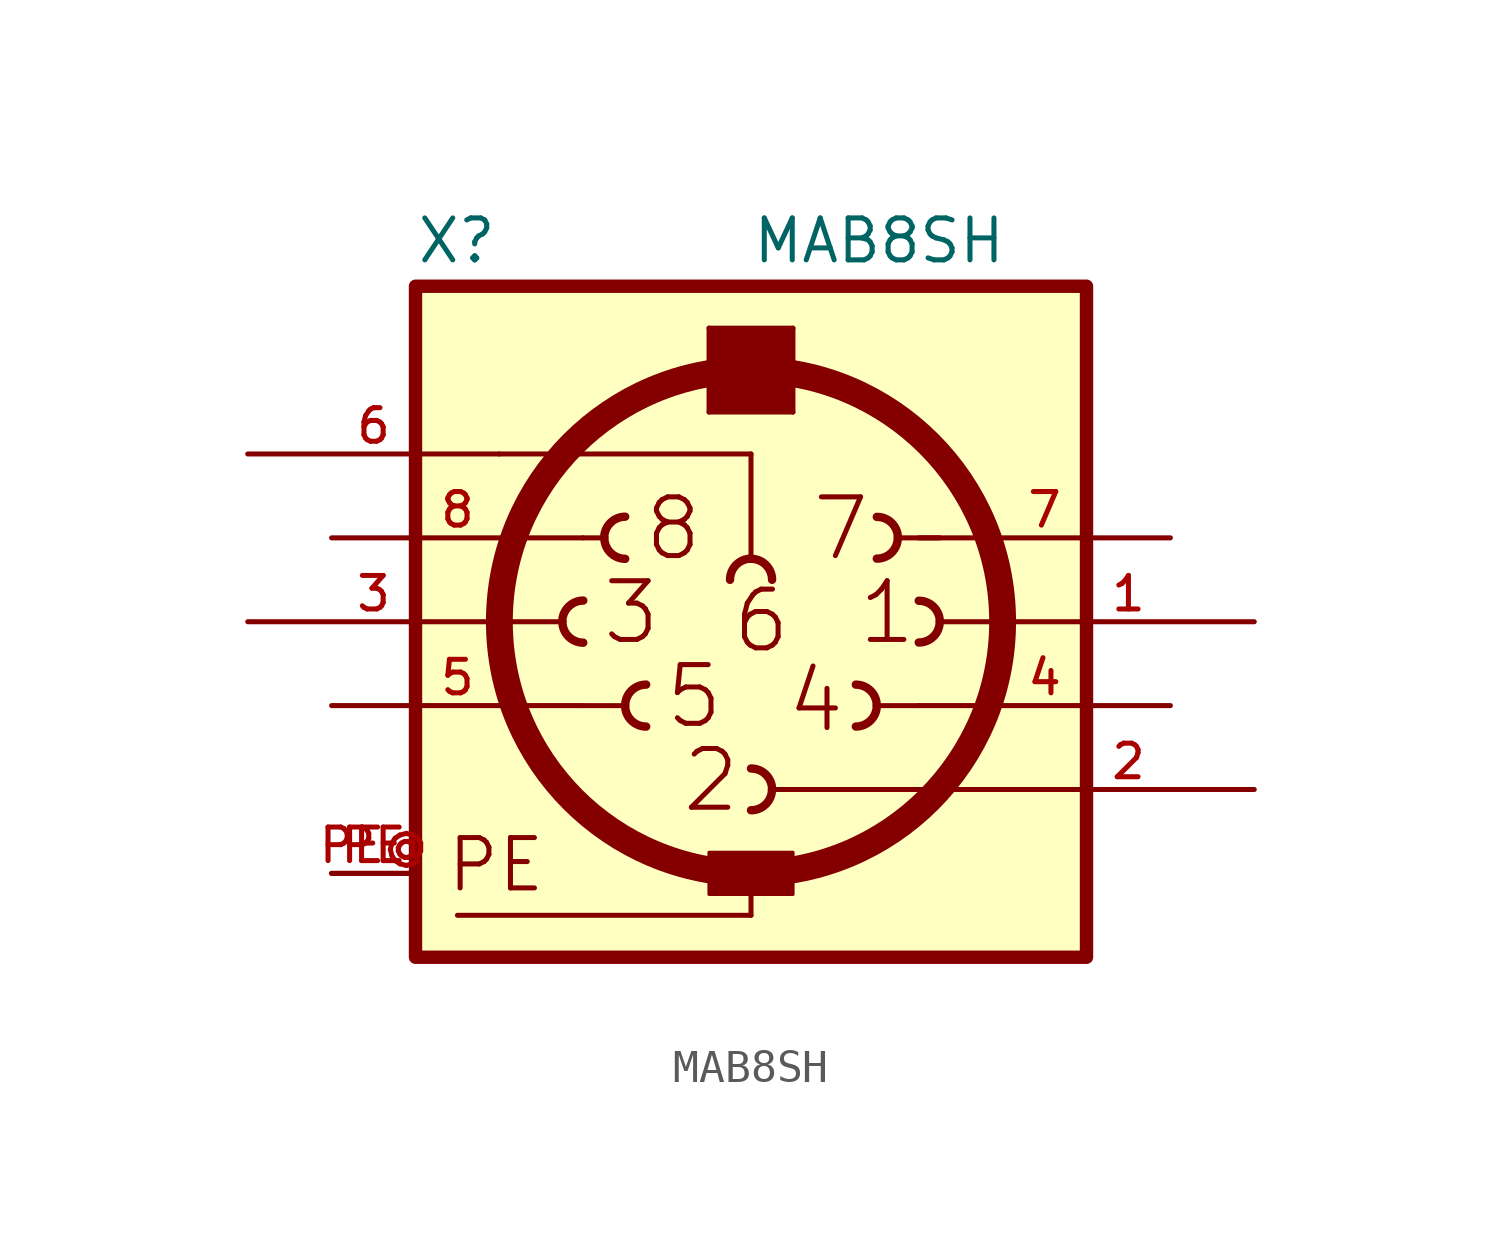
<source format=kicad_sym>
(kicad_symbol_lib
  (version 20211014)
  (generator kicad_symbol_editor)
  (symbol "MAB8SH"
    (pin_names
      (offset 1.016))
    (property "Reference" "X"
      (at -10.16 10.795 0)
      (effects (font (size 1.27 1.27)) (justify bottom left)))
    (property "Value" "MAB8SH"
      (at 0.0 10.795 0)
      (effects (font (size 1.27 1.27)) (justify bottom left)))
    (symbol "MAB8SH_0_0"
      (arc (start -3.81 -2.54) (mid -3.624 -2.989) (end -3.175 -3.175) (stroke (width 0.254) (type default) (color 0 0 0 0)) (fill (type none)))
      (arc (start -3.175 -1.905) (mid -3.624 -2.091) (end -3.81 -2.54) (stroke (width 0.254) (type default) (color 0 0 0 0)) (fill (type none)))
      (arc (start 5.715 0.0) (mid 5.529 0.449) (end 5.08 0.635) (stroke (width 0.254) (type default) (color 0 0 0 0)) (fill (type none)))
      (arc (start 5.08 -0.635) (mid 5.529 -0.449) (end 5.715 0.0) (stroke (width 0.254) (type default) (color 0 0 0 0)) (fill (type none)))
      (arc (start -5.715 0.0) (mid -5.529 -0.449) (end -5.08 -0.635) (stroke (width 0.254) (type default) (color 0 0 0 0)) (fill (type none)))
      (arc (start -5.08 0.635) (mid -5.529 0.449) (end -5.715 0.0) (stroke (width 0.254) (type default) (color 0 0 0 0)) (fill (type none)))
      (arc (start 0.635 -5.08) (mid 0.449 -4.631) (end 0.0 -4.445) (stroke (width 0.254) (type default) (color 0 0 0 0)) (fill (type none)))
      (arc (start 0.0 -5.715) (mid 0.449 -5.529) (end 0.635 -5.08) (stroke (width 0.254) (type default) (color 0 0 0 0)) (fill (type none)))
      (arc (start 3.81 -2.54) (mid 3.624 -2.091) (end 3.175 -1.905) (stroke (width 0.254) (type default) (color 0 0 0 0)) (fill (type none)))
      (arc (start 3.175 -3.175) (mid 3.624 -2.989) (end 3.81 -2.54) (stroke (width 0.254) (type default) (color 0 0 0 0)) (fill (type none)))
      (polyline (pts (xy -1.27 6.35) (xy 1.27 6.35)) (stroke (width 0.152)))
      (polyline (pts (xy -7.62 0.0) (xy -5.715 0.0)) (stroke (width 0.152)))
      (polyline (pts (xy -5.08 -2.54) (xy -3.81 -2.54)) (stroke (width 0.152)))
      (polyline (pts (xy 3.81 -2.54) (xy 5.08 -2.54)) (stroke (width 0.152)))
      (polyline (pts (xy 5.715 0.0) (xy 7.62 0.0)) (stroke (width 0.152)))
      (polyline (pts (xy -1.27 6.35) (xy -1.27 8.89)) (stroke (width 0.152)))
      (polyline (pts (xy -1.27 8.89) (xy 1.27 8.89)) (stroke (width 0.152)))
      (polyline (pts (xy 1.27 8.89) (xy 1.27 6.35)) (stroke (width 0.152)))
      (polyline (pts (xy 0.635 -5.08) (xy 7.62 -5.08)) (stroke (width 0.152)))
      (arc (start 4.445 2.54) (mid 4.259 2.989) (end 3.81 3.175) (stroke (width 0.254) (type default) (color 0 0 0 0)) (fill (type none)))
      (arc (start 3.81 1.905) (mid 4.259 2.091) (end 4.445 2.54) (stroke (width 0.254) (type default) (color 0 0 0 0)) (fill (type none)))
      (arc (start -4.445 2.54) (mid -4.259 2.091) (end -3.81 1.905) (stroke (width 0.254) (type default) (color 0 0 0 0)) (fill (type none)))
      (arc (start -3.81 3.175) (mid -4.259 2.989) (end -4.445 2.54) (stroke (width 0.254) (type default) (color 0 0 0 0)) (fill (type none)))
      (arc (start 0.0 1.905) (mid -0.449 1.719) (end -0.635 1.27) (stroke (width 0.254) (type default) (color 0 0 0 0)) (fill (type none)))
      (arc (start 0.635 1.27) (mid 0.449 1.719) (end 0.0 1.905) (stroke (width 0.254) (type default) (color 0 0 0 0)) (fill (type none)))
      (polyline (pts (xy 0.0 1.905) (xy 0.0 5.08)) (stroke (width 0.152)))
      (polyline (pts (xy 0.0 5.08) (xy -7.62 5.08)) (stroke (width 0.152)))
      (polyline (pts (xy -5.08 2.54) (xy -4.445 2.54)) (stroke (width 0.152)))
      (polyline (pts (xy 4.445 2.54) (xy 5.715 2.54)) (stroke (width 0.152)))
      (polyline (pts (xy 0.0 -8.89) (xy 0.0 -7.62)) (stroke (width 0.152)))
      (polyline (pts (xy 0.0 -8.89) (xy -8.89 -8.89)) (stroke (width 0.152)))
      (circle (center 0.0 0.0) (radius 7.62) (stroke (width 0.813)) (fill (type none)))
      (text "1" (at 3.175 -0.762 0) (effects (font (size 1.778 1.778)) (justify bottom left)))
      (text "2" (at -2.159 -5.842 0) (effects (font (size 1.778 1.778)) (justify bottom left)))
      (text "3" (at -4.572 -0.762 0) (effects (font (size 1.778 1.778)) (justify bottom left)))
      (text "4" (at 1.016 -3.429 0) (effects (font (size 1.778 1.778)) (justify bottom left)))
      (text "5" (at -2.667 -3.302 0) (effects (font (size 1.778 1.778)) (justify bottom left)))
      (text "6" (at -0.635 -1.016 0) (effects (font (size 1.778 1.778)) (justify bottom left)))
      (text "7" (at 1.778 1.778 0) (effects (font (size 1.778 1.778)) (justify bottom left)))
      (text "8" (at -3.302 1.778 0) (effects (font (size 1.778 1.778)) (justify bottom left)))
      (text "PE" (at -9.271 -8.255 0) (effects (font (size 1.524 1.524)) (justify bottom left)))
      (rectangle (start -1.27 6.35) (end 1.27 8.89) (stroke (width 0.1)) (fill (type outline)))
      (rectangle (start -1.27 -8.255) (end 1.27 -6.985) (stroke (width 0.1)) (fill (type outline)))
      (rectangle (start -10.16 -10.16) (end 10.16 10.16) (stroke (width 0.406)) (fill (type background)))
      (pin passive line (at 15.24 0.0 180.0) (length 7.62) (name "~" (effects (font (size 1.016 1.016)))) (number "1" (effects (font (size 1.016 1.016)))))
      (pin passive line (at 15.24 -5.08 180.0) (length 7.62) (name "~" (effects (font (size 1.016 1.016)))) (number "2" (effects (font (size 1.016 1.016)))))
      (pin passive line (at -15.24 0.0 0) (length 7.62) (name "~" (effects (font (size 1.016 1.016)))) (number "3" (effects (font (size 1.016 1.016)))))
      (pin passive line (at 12.7 -2.54 180.0) (length 7.62) (name "~" (effects (font (size 1.016 1.016)))) (number "4" (effects (font (size 1.016 1.016)))))
      (pin passive line (at -12.7 -2.54 0) (length 7.62) (name "~" (effects (font (size 1.016 1.016)))) (number "5" (effects (font (size 1.016 1.016)))))
      (pin passive line (at 12.7 2.54 180.0) (length 7.62) (name "~" (effects (font (size 1.016 1.016)))) (number "7" (effects (font (size 1.016 1.016)))))
      (pin passive line (at -12.7 2.54 0) (length 7.62) (name "~" (effects (font (size 1.016 1.016)))) (number "8" (effects (font (size 1.016 1.016)))))
      (pin passive line (at -15.24 5.08 0) (length 7.62) (name "~" (effects (font (size 1.016 1.016)))) (number "6" (effects (font (size 1.016 1.016)))))
      (pin power_in line (at -12.7 -7.62 0) (length 2.54) (name "~" (effects (font (size 1.016 1.016)))) (number "PE" (effects (font (size 1.016 1.016)))))
      (pin power_in line (at -12.7 -7.62 0) (length 2.54) (name "~" (effects (font (size 1.016 1.016)))) (number "PE@" (effects (font (size 1.016 1.016))))))))
</source>
